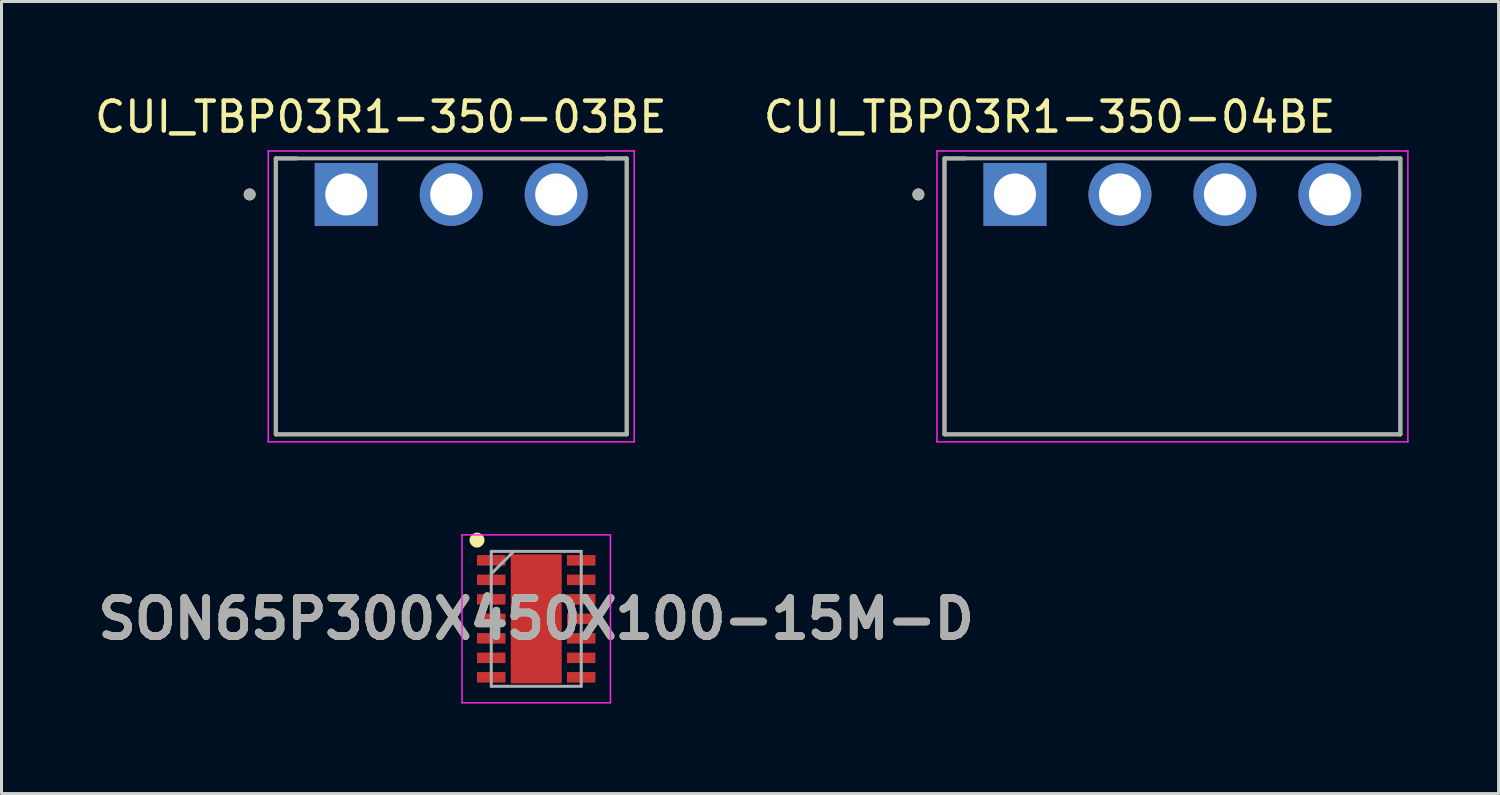
<source format=kicad_pcb>
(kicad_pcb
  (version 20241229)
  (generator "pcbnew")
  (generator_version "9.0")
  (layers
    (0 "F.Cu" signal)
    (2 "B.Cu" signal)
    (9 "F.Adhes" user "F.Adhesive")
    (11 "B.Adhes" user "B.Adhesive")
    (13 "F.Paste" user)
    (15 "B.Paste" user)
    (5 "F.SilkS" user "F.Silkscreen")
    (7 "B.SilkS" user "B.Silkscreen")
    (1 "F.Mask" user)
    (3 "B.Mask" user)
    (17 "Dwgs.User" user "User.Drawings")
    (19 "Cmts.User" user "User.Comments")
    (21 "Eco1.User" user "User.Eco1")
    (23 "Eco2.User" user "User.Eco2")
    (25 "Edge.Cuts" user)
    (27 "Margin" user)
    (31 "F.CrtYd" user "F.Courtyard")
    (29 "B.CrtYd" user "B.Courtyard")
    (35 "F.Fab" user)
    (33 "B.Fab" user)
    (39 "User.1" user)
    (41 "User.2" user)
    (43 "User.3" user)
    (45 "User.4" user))
  (footprint "CUI_TBP03R1-350-03BE"
    (layer "F.Cu")
    (at 8.494 3.433)
    (property "Reference" "CUI_TBP03R1-350-03BE" (at 1.155 -2.585 0) (layer "F.SilkS") (effects (font (size 1 1) (thickness 0.15))))
    (attr through_hole)
    (fp_line (start -2.35 -1.2) (end -2.35 8) (stroke (width 0.127) (type solid)) (layer "F.SilkS"))
    (fp_line (start -2.35 -1.2) (end -1.65 -1.2) (stroke (width 0.127) (type solid)) (layer "F.SilkS"))
    (fp_line (start -2.35 8) (end 9.35 8) (stroke (width 0.127) (type solid)) (layer "F.SilkS"))
    (fp_line (start 8.65 -1.2) (end 9.35 -1.2) (stroke (width 0.127) (type solid)) (layer "F.SilkS"))
    (fp_line (start 9.35 8) (end 9.35 -1.2) (stroke (width 0.127) (type solid)) (layer "F.SilkS"))
    (fp_circle (center -3.22 0) (end -3.12 0) (stroke (width 0.2) (type solid)) (fill no) (layer "F.SilkS"))
    (fp_line (start -2.6 -1.45) (end -2.6 8.25) (stroke (width 0.05) (type solid)) (layer "F.CrtYd"))
    (fp_line (start -2.6 8.25) (end 9.6 8.25) (stroke (width 0.05) (type solid)) (layer "F.CrtYd"))
    (fp_line (start 9.6 -1.45) (end -2.6 -1.45) (stroke (width 0.05) (type solid)) (layer "F.CrtYd"))
    (fp_line (start 9.6 8.25) (end 9.6 -1.45) (stroke (width 0.05) (type solid)) (layer "F.CrtYd"))
    (fp_line (start -2.35 -1.2) (end -2.35 8) (stroke (width 0.127) (type solid)) (layer "F.Fab"))
    (fp_line (start -2.35 8) (end 9.35 8) (stroke (width 0.127) (type solid)) (layer "F.Fab"))
    (fp_line (start 9.35 -1.2) (end -2.35 -1.2) (stroke (width 0.127) (type solid)) (layer "F.Fab"))
    (fp_line (start 9.35 8) (end 9.35 -1.2) (stroke (width 0.127) (type solid)) (layer "F.Fab"))
    (fp_circle (center -3.22 0) (end -3.12 0) (stroke (width 0.2) (type solid)) (fill no) (layer "F.Fab"))
    (pad "1" thru_hole rect (at 0 0) (size 2.1 2.1) (drill 1.4) (layers "*.Cu" "*.Mask"))
    (pad "2" thru_hole circle (at 3.5 0) (size 2.1 2.1) (drill 1.4) (layers "*.Cu" "*.Mask"))
    (pad "3" thru_hole circle (at 7 0) (size 2.1 2.1) (drill 1.4) (layers "*.Cu" "*.Mask")))
  (footprint "SON65P300X450X100-15M-D"
    (layer "F.Cu")
    (at 14.829 17.583)
    (property "Reference" "SON65P300X450X100-15M-D" (at 0 0 0) (layer "F.SilkS") (effects (font (size 1.27 1.27) (thickness 0.254))))
    (attr smd)
    (fp_circle (center -1.975 -2.625) (end -1.975 -2.5) (stroke (width 0.25) (type solid)) (fill no) (layer "F.SilkS"))
    (fp_line (start -2.475 -2.8) (end 2.475 -2.8) (stroke (width 0.05) (type solid)) (layer "F.CrtYd"))
    (fp_line (start -2.475 2.8) (end -2.475 -2.8) (stroke (width 0.05) (type solid)) (layer "F.CrtYd"))
    (fp_line (start 2.475 -2.8) (end 2.475 2.8) (stroke (width 0.05) (type solid)) (layer "F.CrtYd"))
    (fp_line (start 2.475 2.8) (end -2.475 2.8) (stroke (width 0.05) (type solid)) (layer "F.CrtYd"))
    (fp_line (start -1.5 -2.25) (end 1.5 -2.25) (stroke (width 0.1) (type solid)) (layer "F.Fab"))
    (fp_line (start -1.5 -1.5) (end -0.75 -2.25) (stroke (width 0.1) (type solid)) (layer "F.Fab"))
    (fp_line (start -1.5 2.25) (end -1.5 -2.25) (stroke (width 0.1) (type solid)) (layer "F.Fab"))
    (fp_line (start 1.5 -2.25) (end 1.5 2.25) (stroke (width 0.1) (type solid)) (layer "F.Fab"))
    (fp_line (start 1.5 2.25) (end -1.5 2.25) (stroke (width 0.1) (type solid)) (layer "F.Fab"))
    (fp_text user "${REFERENCE}" (at 0 0 0) (layer "F.Fab") (effects (font (size 1.27 1.27) (thickness 0.254))))
    (pad "1" smd rect (at -1.5 -1.95 90) (size 0.35 0.95) (layers "F.Cu" "F.Mask" "F.Paste"))
    (pad "2" smd rect (at -1.5 -1.3 90) (size 0.35 0.95) (layers "F.Cu" "F.Mask" "F.Paste"))
    (pad "3" smd rect (at -1.5 -0.65 90) (size 0.35 0.95) (layers "F.Cu" "F.Mask" "F.Paste"))
    (pad "4" smd rect (at -1.5 0 90) (size 0.35 0.95) (layers "F.Cu" "F.Mask" "F.Paste"))
    (pad "5" smd rect (at -1.5 0.65 90) (size 0.35 0.95) (layers "F.Cu" "F.Mask" "F.Paste"))
    (pad "6" smd rect (at -1.5 1.3 90) (size 0.35 0.95) (layers "F.Cu" "F.Mask" "F.Paste"))
    (pad "7" smd rect (at -1.5 1.95 90) (size 0.35 0.95) (layers "F.Cu" "F.Mask" "F.Paste"))
    (pad "8" smd rect (at 1.5 1.95 90) (size 0.35 0.95) (layers "F.Cu" "F.Mask" "F.Paste"))
    (pad "9" smd rect (at 1.5 1.3 90) (size 0.35 0.95) (layers "F.Cu" "F.Mask" "F.Paste"))
    (pad "10" smd rect (at 1.5 0.65 90) (size 0.35 0.95) (layers "F.Cu" "F.Mask" "F.Paste"))
    (pad "11" smd rect (at 1.5 0 90) (size 0.35 0.95) (layers "F.Cu" "F.Mask" "F.Paste"))
    (pad "12" smd rect (at 1.5 -0.65 90) (size 0.35 0.95) (layers "F.Cu" "F.Mask" "F.Paste"))
    (pad "13" smd rect (at 1.5 -1.3 90) (size 0.35 0.95) (layers "F.Cu" "F.Mask" "F.Paste"))
    (pad "14" smd rect (at 1.5 -1.95 90) (size 0.35 0.95) (layers "F.Cu" "F.Mask" "F.Paste"))
    (pad "15" smd rect (at 0 0) (size 1.7 4.3) (layers "F.Cu" "F.Mask" "F.Paste")))
  (footprint "CUI_TBP03R1-350-04BE"
    (layer "F.Cu")
    (at 30.791 3.433)
    (property "Reference" "CUI_TBP03R1-350-04BE" (at 1.155 -2.585 0) (layer "F.SilkS") (effects (font (size 1 1) (thickness 0.15))))
    (attr through_hole)
    (fp_line (start -2.35 -1.2) (end -2.35 8) (stroke (width 0.127) (type solid)) (layer "F.SilkS"))
    (fp_line (start -2.35 -1.2) (end -1.65 -1.2) (stroke (width 0.127) (type solid)) (layer "F.SilkS"))
    (fp_line (start -2.35 8) (end 12.85 8) (stroke (width 0.127) (type solid)) (layer "F.SilkS"))
    (fp_line (start 12.15 -1.2) (end 12.85 -1.2) (stroke (width 0.127) (type solid)) (layer "F.SilkS"))
    (fp_line (start 12.85 8) (end 12.85 -1.2) (stroke (width 0.127) (type solid)) (layer "F.SilkS"))
    (fp_circle (center -3.22 0) (end -3.12 0) (stroke (width 0.2) (type solid)) (fill no) (layer "F.SilkS"))
    (fp_line (start -2.6 -1.45) (end -2.6 8.25) (stroke (width 0.05) (type solid)) (layer "F.CrtYd"))
    (fp_line (start -2.6 8.25) (end 13.1 8.25) (stroke (width 0.05) (type solid)) (layer "F.CrtYd"))
    (fp_line (start 13.1 -1.45) (end -2.6 -1.45) (stroke (width 0.05) (type solid)) (layer "F.CrtYd"))
    (fp_line (start 13.1 8.25) (end 13.1 -1.45) (stroke (width 0.05) (type solid)) (layer "F.CrtYd"))
    (fp_line (start -2.35 -1.2) (end -2.35 8) (stroke (width 0.127) (type solid)) (layer "F.Fab"))
    (fp_line (start -2.35 8) (end 12.85 8) (stroke (width 0.127) (type solid)) (layer "F.Fab"))
    (fp_line (start 12.85 -1.2) (end -2.35 -1.2) (stroke (width 0.127) (type solid)) (layer "F.Fab"))
    (fp_line (start 12.85 8) (end 12.85 -1.2) (stroke (width 0.127) (type solid)) (layer "F.Fab"))
    (fp_circle (center -3.22 0) (end -3.12 0) (stroke (width 0.2) (type solid)) (fill no) (layer "F.Fab"))
    (pad "1" thru_hole rect (at 0 0) (size 2.1 2.1) (drill 1.4) (layers "*.Cu" "*.Mask"))
    (pad "2" thru_hole circle (at 3.5 0) (size 2.1 2.1) (drill 1.4) (layers "*.Cu" "*.Mask"))
    (pad "3" thru_hole circle (at 7 0) (size 2.1 2.1) (drill 1.4) (layers "*.Cu" "*.Mask"))
    (pad "4" thru_hole circle (at 10.5 0) (size 2.1 2.1) (drill 1.4) (layers "*.Cu" "*.Mask")))
  (gr_rect
    (start -3 -3)
    (end 46.916 23.408)
    (stroke (width 0.1) (type default))
    (fill no)
    (layer "Edge.Cuts")))
</source>
